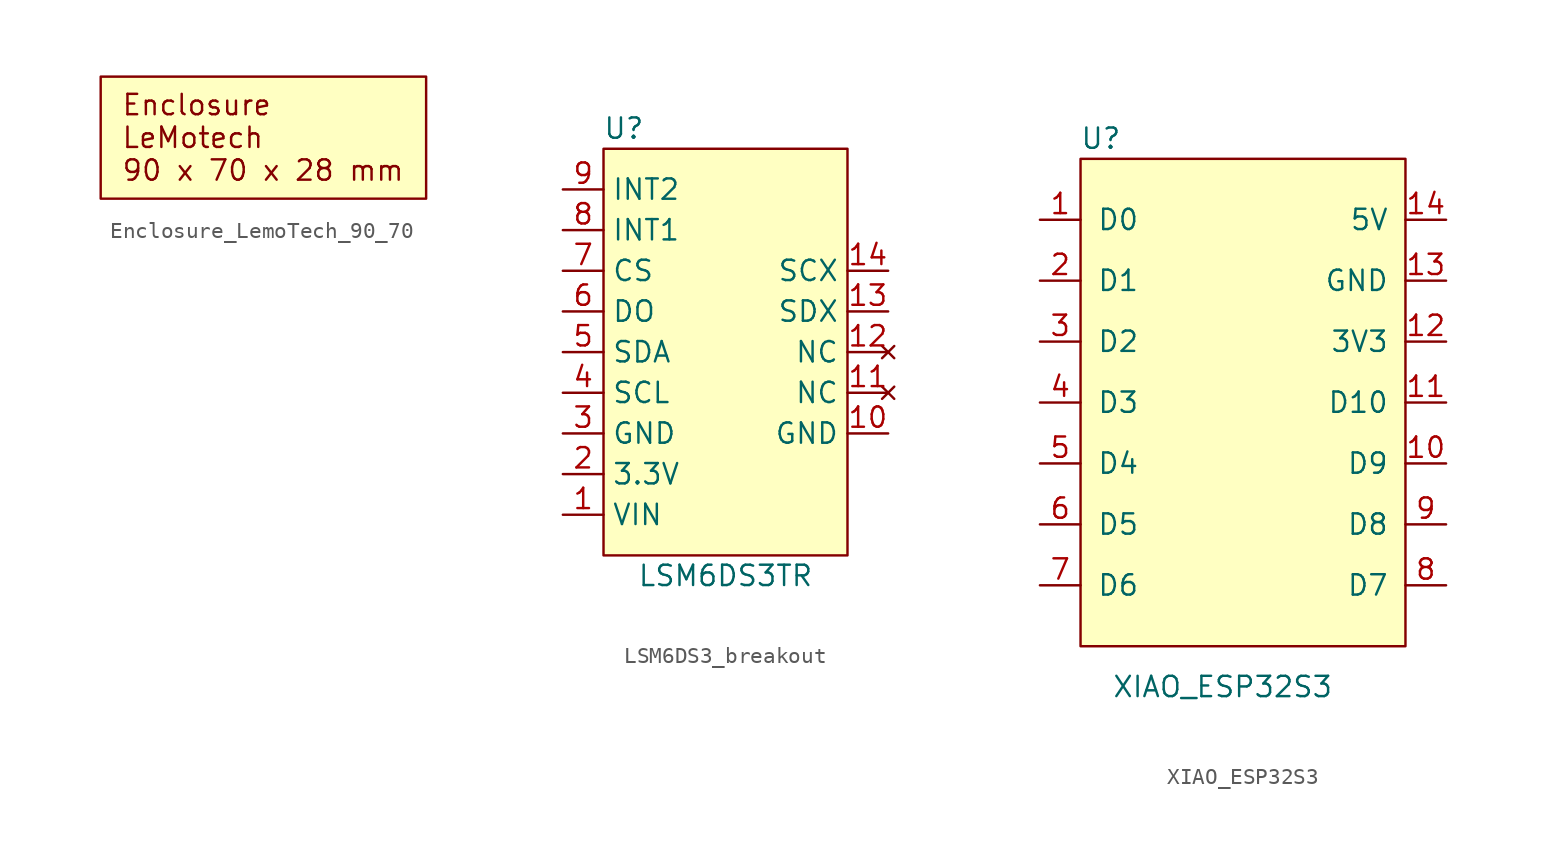
<source format=kicad_sym>
(kicad_symbol_lib
  (version 20220914)
  (generator kicad_symbol_editor)
  (symbol "Enclosure_LemoTech_90_70"
    (property "Reference" "X"
      (at 1.27 8.89 0)
      (effects (font (size 1.27 1.27)) hide))
    (property "Value" ""
      (at 0 0 0)
      (effects (font (size 1.27 1.27))))
    (symbol "Enclosure_LemoTech_90_70_1_1"
      (rectangle (start 0 7.62) (end 20.32 0) (stroke (width 0) (type default)) (fill (type background)))
      (text "Enclosure\nLeMotech\n90 x 70 x 28 mm" (at 1.27 3.81 0) (effects (font (size 1.27 1.27)) (justify left)))))
  (symbol "LSM6DS3_breakout"
    (property "Reference" "U"
      (at 3.81 24.13 0)
      (effects (font (size 1.27 1.27))))
    (property "Value" "LSM6DS3TR"
      (at 10.16 -3.81 0)
      (effects (font (size 1.27 1.27))))
    (symbol "LSM6DS3_breakout_1_1"
      (rectangle (start 2.54 22.86) (end 17.78 -2.54) (stroke (width 0) (type default)) (fill (type background)))
      (pin power_in line (at 0 0 0) (length 2.54) (name "VIN" (effects (font (size 1.27 1.27)))) (number "1" (effects (font (size 1.27 1.27)))))
      (pin output line (at 20.32 5.08 180) (length 2.54) (name "GND" (effects (font (size 1.27 1.27)))) (number "10" (effects (font (size 1.27 1.27)))))
      (pin no_connect line (at 20.32 7.62 180) (length 2.54) (name "NC" (effects (font (size 1.27 1.27)))) (number "11" (effects (font (size 1.27 1.27)))))
      (pin no_connect line (at 20.32 10.16 180) (length 2.54) (name "NC" (effects (font (size 1.27 1.27)))) (number "12" (effects (font (size 1.27 1.27)))))
      (pin bidirectional line (at 20.32 12.7 180) (length 2.54) (name "SDX" (effects (font (size 1.27 1.27)))) (number "13" (effects (font (size 1.27 1.27)))))
      (pin bidirectional line (at 20.32 15.24 180) (length 2.54) (name "SCX" (effects (font (size 1.27 1.27)))) (number "14" (effects (font (size 1.27 1.27)))))
      (pin power_out line (at 0 2.54 0) (length 2.54) (name "3.3V" (effects (font (size 1.27 1.27)))) (number "2" (effects (font (size 1.27 1.27)))))
      (pin power_in line (at 0 5.08 0) (length 2.54) (name "GND" (effects (font (size 1.27 1.27)))) (number "3" (effects (font (size 1.27 1.27)))))
      (pin bidirectional line (at 0 7.62 0) (length 2.54) (name "SCL" (effects (font (size 1.27 1.27)))) (number "4" (effects (font (size 1.27 1.27)))))
      (pin bidirectional line (at 0 10.16 0) (length 2.54) (name "SDA" (effects (font (size 1.27 1.27)))) (number "5" (effects (font (size 1.27 1.27)))))
      (pin output line (at 0 12.7 0) (length 2.54) (name "DO" (effects (font (size 1.27 1.27)))) (number "6" (effects (font (size 1.27 1.27)))))
      (pin input line (at 0 15.24 0) (length 2.54) (name "CS" (effects (font (size 1.27 1.27)))) (number "7" (effects (font (size 1.27 1.27)))))
      (pin output line (at 0 17.78 0) (length 2.54) (name "INT1" (effects (font (size 1.27 1.27)))) (number "8" (effects (font (size 1.27 1.27)))))
      (pin output line (at 0 20.32 0) (length 2.54) (name "INT2" (effects (font (size 1.27 1.27)))) (number "9" (effects (font (size 1.27 1.27)))))))
  (symbol "XIAO_ESP32S3"
    (pin_names
      (offset 1.016))
    (property "Reference" "U"
      (at 3.81 16.51 0)
      (effects (font (size 1.27 1.27))))
    (property "Value" "XIAO_ESP32S3"
      (at 11.43 -17.78 0)
      (effects (font (size 1.27 1.27))))
    (symbol "XIAO_ESP32S3_1_1"
      (rectangle (start 2.54 15.24) (end 22.86 -15.24) (stroke (width 0) (type default)) (fill (type background)))
      (pin bidirectional line (at 0 11.43 0) (length 2.54) (name "D0" (effects (font (size 1.27 1.27)))) (number "1" (effects (font (size 1.27 1.27)))))
      (pin bidirectional line (at 25.4 -3.81 180) (length 2.54) (name "D9" (effects (font (size 1.27 1.27)))) (number "10" (effects (font (size 1.27 1.27)))))
      (pin bidirectional line (at 25.4 0 180) (length 2.54) (name "D10" (effects (font (size 1.27 1.27)))) (number "11" (effects (font (size 1.27 1.27)))))
      (pin power_out line (at 25.4 3.81 180) (length 2.54) (name "3V3" (effects (font (size 1.27 1.27)))) (number "12" (effects (font (size 1.27 1.27)))))
      (pin power_in line (at 25.4 7.62 180) (length 2.54) (name "GND" (effects (font (size 1.27 1.27)))) (number "13" (effects (font (size 1.27 1.27)))))
      (pin power_in line (at 25.4 11.43 180) (length 2.54) (name "5V" (effects (font (size 1.27 1.27)))) (number "14" (effects (font (size 1.27 1.27)))))
      (pin bidirectional line (at 0 7.62 0) (length 2.54) (name "D1" (effects (font (size 1.27 1.27)))) (number "2" (effects (font (size 1.27 1.27)))))
      (pin bidirectional line (at 0 3.81 0) (length 2.54) (name "D2" (effects (font (size 1.27 1.27)))) (number "3" (effects (font (size 1.27 1.27)))))
      (pin bidirectional line (at 0 0 0) (length 2.54) (name "D3" (effects (font (size 1.27 1.27)))) (number "4" (effects (font (size 1.27 1.27)))))
      (pin bidirectional line (at 0 -3.81 0) (length 2.54) (name "D4" (effects (font (size 1.27 1.27)))) (number "5" (effects (font (size 1.27 1.27)))))
      (pin bidirectional line (at 0 -7.62 0) (length 2.54) (name "D5" (effects (font (size 1.27 1.27)))) (number "6" (effects (font (size 1.27 1.27)))))
      (pin bidirectional line (at 0 -11.43 0) (length 2.54) (name "D6" (effects (font (size 1.27 1.27)))) (number "7" (effects (font (size 1.27 1.27)))))
      (pin bidirectional line (at 25.4 -11.43 180) (length 2.54) (name "D7" (effects (font (size 1.27 1.27)))) (number "8" (effects (font (size 1.27 1.27)))))
      (pin bidirectional line (at 25.4 -7.62 180) (length 2.54) (name "D8" (effects (font (size 1.27 1.27)))) (number "9" (effects (font (size 1.27 1.27))))))))
</source>
